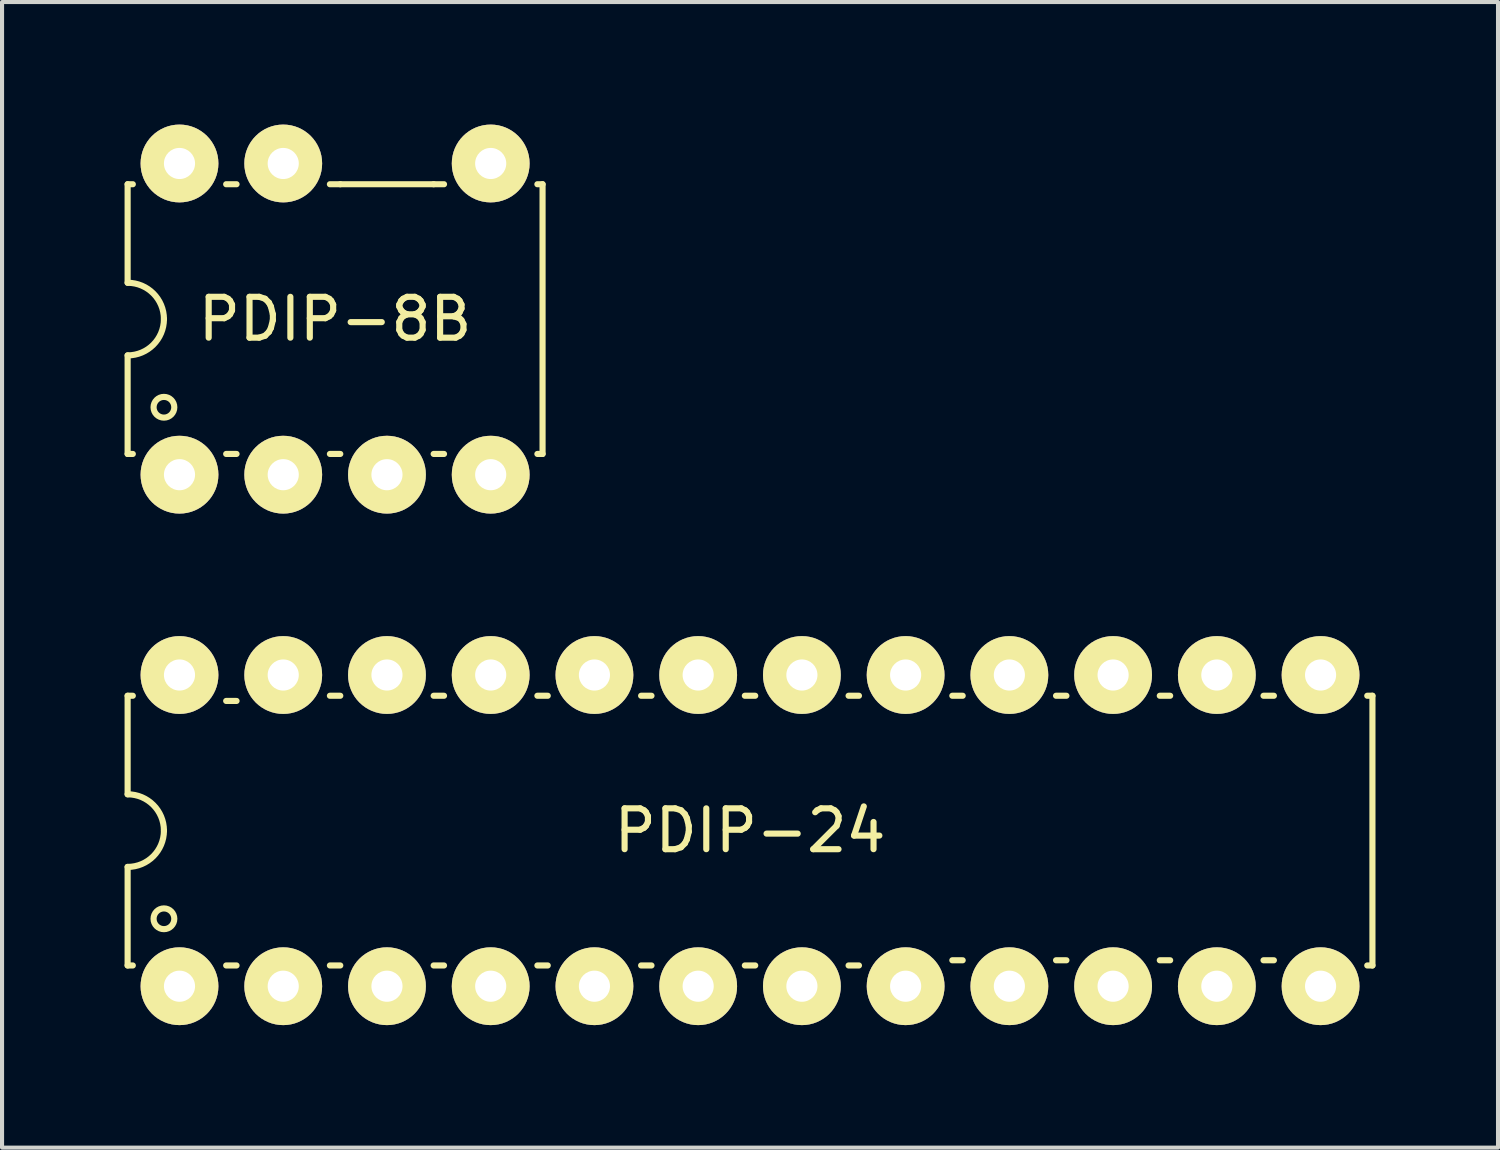
<source format=kicad_pcb>
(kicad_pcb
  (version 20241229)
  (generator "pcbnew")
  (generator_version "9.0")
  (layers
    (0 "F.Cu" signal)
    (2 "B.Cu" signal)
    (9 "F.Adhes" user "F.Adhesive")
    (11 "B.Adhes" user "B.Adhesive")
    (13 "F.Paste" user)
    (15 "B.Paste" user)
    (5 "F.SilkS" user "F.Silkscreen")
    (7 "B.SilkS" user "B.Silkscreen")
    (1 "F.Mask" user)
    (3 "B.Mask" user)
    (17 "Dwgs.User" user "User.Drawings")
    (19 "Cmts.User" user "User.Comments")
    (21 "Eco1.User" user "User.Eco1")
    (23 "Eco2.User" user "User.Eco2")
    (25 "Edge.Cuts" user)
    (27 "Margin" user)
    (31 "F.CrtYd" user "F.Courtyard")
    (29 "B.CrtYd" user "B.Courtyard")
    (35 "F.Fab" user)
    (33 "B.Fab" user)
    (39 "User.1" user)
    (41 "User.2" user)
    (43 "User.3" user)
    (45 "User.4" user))
  (footprint "PDIP-8B"
    (layer "F.Cu")
    (at 5.155 4.763)
    (property "Reference" "PDIP-8B" (at 0 0 0) (layer "F.SilkS") (effects (font (size 1 1) (thickness 0.15))))
    (attr through_hole)
    (fp_line (start -5.08 -3.302) (end -4.953 -3.302) (stroke (width 0.15) (type solid)) (layer "F.SilkS"))
    (fp_line (start -5.08 -0.889) (end -5.08 -3.302) (stroke (width 0.15) (type solid)) (layer "F.SilkS"))
    (fp_line (start -5.08 0.889) (end -5.08 3.302) (stroke (width 0.15) (type solid)) (layer "F.SilkS"))
    (fp_line (start -5.08 3.302) (end -4.953 3.302) (stroke (width 0.15) (type solid)) (layer "F.SilkS"))
    (fp_line (start -2.667 -3.302) (end -2.413 -3.302) (stroke (width 0.15) (type solid)) (layer "F.SilkS"))
    (fp_line (start -2.667 3.302) (end -2.413 3.302) (stroke (width 0.15) (type solid)) (layer "F.SilkS"))
    (fp_line (start -0.127 -3.302) (end 0.127 -3.302) (stroke (width 0.15) (type solid)) (layer "F.SilkS"))
    (fp_line (start -0.127 3.302) (end 0.127 3.302) (stroke (width 0.15) (type solid)) (layer "F.SilkS"))
    (fp_line (start 2.413 -3.302) (end 0.127 -3.302) (stroke (width 0.15) (type solid)) (layer "F.SilkS"))
    (fp_line (start 2.413 -3.302) (end 2.667 -3.302) (stroke (width 0.15) (type solid)) (layer "F.SilkS"))
    (fp_line (start 2.413 3.302) (end 2.667 3.302) (stroke (width 0.15) (type solid)) (layer "F.SilkS"))
    (fp_line (start 5.08 -3.302) (end 4.953 -3.302) (stroke (width 0.15) (type solid)) (layer "F.SilkS"))
    (fp_line (start 5.08 3.302) (end 4.953 3.302) (stroke (width 0.15) (type solid)) (layer "F.SilkS"))
    (fp_line (start 5.08 3.302) (end 5.08 -3.302) (stroke (width 0.15) (type solid)) (layer "F.SilkS"))
    (fp_arc (start -5.08 -0.889) (mid -4.451382 -0.628618) (end -4.191 0) (stroke (width 0.15) (type solid)) (layer "F.SilkS"))
    (fp_arc (start -4.191 0) (mid -4.451382 0.628618) (end -5.08 0.889) (stroke (width 0.15) (type solid)) (layer "F.SilkS"))
    (fp_circle (center -4.191 2.159) (end -3.937 2.159) (stroke (width 0.15) (type solid)) (fill no) (layer "F.SilkS"))
    (pad "1" thru_hole circle (at -3.81 3.81) (size 1.905 1.905) (drill 0.762) (layers "*.Cu" "*.Mask" "F.SilkS"))
    (pad "2" thru_hole circle (at -1.27 3.81) (size 1.905 1.905) (drill 0.762) (layers "*.Cu" "*.Mask" "F.SilkS"))
    (pad "3" thru_hole circle (at 1.27 3.81) (size 1.905 1.905) (drill 0.762) (layers "*.Cu" "*.Mask" "F.SilkS"))
    (pad "4" thru_hole circle (at 3.81 3.81) (size 1.905 1.905) (drill 0.762) (layers "*.Cu" "*.Mask" "F.SilkS"))
    (pad "5" thru_hole circle (at 3.81 -3.81) (size 1.905 1.905) (drill 0.762) (layers "*.Cu" "*.Mask" "F.SilkS"))
    (pad "7" thru_hole circle (at -1.27 -3.81) (size 1.905 1.905) (drill 0.762) (layers "*.Cu" "*.Mask" "F.SilkS"))
    (pad "8" thru_hole circle (at -3.81 -3.81) (size 1.905 1.905) (drill 0.762) (layers "*.Cu" "*.Mask" "F.SilkS")))
  (footprint "PDIP-24"
    (layer "F.Cu")
    (at 15.315 17.288)
    (property "Reference" "PDIP-24" (at 0 0 0) (layer "F.SilkS") (effects (font (size 1 1) (thickness 0.15))))
    (attr through_hole)
    (fp_line (start -15.24 -3.302) (end -15.113 -3.302) (stroke (width 0.15) (type solid)) (layer "F.SilkS"))
    (fp_line (start -15.24 -0.889) (end -15.24 -3.302) (stroke (width 0.15) (type solid)) (layer "F.SilkS"))
    (fp_line (start -15.24 0.889) (end -15.24 3.302) (stroke (width 0.15) (type solid)) (layer "F.SilkS"))
    (fp_line (start -15.24 3.302) (end -15.113 3.302) (stroke (width 0.15) (type solid)) (layer "F.SilkS"))
    (fp_line (start -12.827 3.302) (end -12.573 3.302) (stroke (width 0.15) (type solid)) (layer "F.SilkS"))
    (fp_line (start -12.573 -3.175) (end -12.827 -3.175) (stroke (width 0.15) (type solid)) (layer "F.SilkS"))
    (fp_line (start -10.287 3.302) (end -10.033 3.302) (stroke (width 0.15) (type solid)) (layer "F.SilkS"))
    (fp_line (start -10.033 -3.302) (end -10.287 -3.302) (stroke (width 0.15) (type solid)) (layer "F.SilkS"))
    (fp_line (start -7.747 3.302) (end -7.493 3.302) (stroke (width 0.15) (type solid)) (layer "F.SilkS"))
    (fp_line (start -7.493 -3.302) (end -7.747 -3.302) (stroke (width 0.15) (type solid)) (layer "F.SilkS"))
    (fp_line (start -5.207 3.302) (end -4.953 3.302) (stroke (width 0.15) (type solid)) (layer "F.SilkS"))
    (fp_line (start -4.953 -3.302) (end -5.207 -3.302) (stroke (width 0.15) (type solid)) (layer "F.SilkS"))
    (fp_line (start -2.667 -3.302) (end -2.413 -3.302) (stroke (width 0.15) (type solid)) (layer "F.SilkS"))
    (fp_line (start -2.667 3.302) (end -2.413 3.302) (stroke (width 0.15) (type solid)) (layer "F.SilkS"))
    (fp_line (start -0.127 -3.302) (end 0.127 -3.302) (stroke (width 0.15) (type solid)) (layer "F.SilkS"))
    (fp_line (start -0.127 3.302) (end 0.127 3.302) (stroke (width 0.15) (type solid)) (layer "F.SilkS"))
    (fp_line (start 2.413 -3.302) (end 2.667 -3.302) (stroke (width 0.15) (type solid)) (layer "F.SilkS"))
    (fp_line (start 2.413 3.302) (end 2.667 3.302) (stroke (width 0.15) (type solid)) (layer "F.SilkS"))
    (fp_line (start 4.953 3.175) (end 5.207 3.175) (stroke (width 0.15) (type solid)) (layer "F.SilkS"))
    (fp_line (start 5.207 -3.302) (end 4.953 -3.302) (stroke (width 0.15) (type solid)) (layer "F.SilkS"))
    (fp_line (start 7.493 3.175) (end 7.747 3.175) (stroke (width 0.15) (type solid)) (layer "F.SilkS"))
    (fp_line (start 7.747 -3.302) (end 7.493 -3.302) (stroke (width 0.15) (type solid)) (layer "F.SilkS"))
    (fp_line (start 10.033 3.175) (end 10.287 3.175) (stroke (width 0.15) (type solid)) (layer "F.SilkS"))
    (fp_line (start 10.287 -3.302) (end 10.033 -3.302) (stroke (width 0.15) (type solid)) (layer "F.SilkS"))
    (fp_line (start 12.573 3.175) (end 12.827 3.175) (stroke (width 0.15) (type solid)) (layer "F.SilkS"))
    (fp_line (start 12.827 -3.302) (end 12.573 -3.302) (stroke (width 0.15) (type solid)) (layer "F.SilkS"))
    (fp_line (start 15.24 -3.302) (end 15.113 -3.302) (stroke (width 0.15) (type solid)) (layer "F.SilkS"))
    (fp_line (start 15.24 3.302) (end 15.113 3.302) (stroke (width 0.15) (type solid)) (layer "F.SilkS"))
    (fp_line (start 15.24 3.302) (end 15.24 -3.302) (stroke (width 0.15) (type solid)) (layer "F.SilkS"))
    (fp_arc (start -15.24 -0.889) (mid -14.611382 -0.628618) (end -14.351 0) (stroke (width 0.15) (type solid)) (layer "F.SilkS"))
    (fp_arc (start -14.351 0) (mid -14.611382 0.628618) (end -15.24 0.889) (stroke (width 0.15) (type solid)) (layer "F.SilkS"))
    (fp_circle (center -14.351 2.159) (end -14.097 2.159) (stroke (width 0.15) (type solid)) (fill no) (layer "F.SilkS"))
    (pad "1" thru_hole circle (at -13.97 3.81) (size 1.905 1.905) (drill 0.762) (layers "*.Cu" "*.Mask" "F.SilkS"))
    (pad "2" thru_hole circle (at -11.43 3.81) (size 1.905 1.905) (drill 0.762) (layers "*.Cu" "*.Mask" "F.SilkS"))
    (pad "3" thru_hole circle (at -8.89 3.81) (size 1.905 1.905) (drill 0.762) (layers "*.Cu" "*.Mask" "F.SilkS"))
    (pad "4" thru_hole circle (at -6.35 3.81) (size 1.905 1.905) (drill 0.762) (layers "*.Cu" "*.Mask" "F.SilkS"))
    (pad "5" thru_hole circle (at -3.81 3.81) (size 1.905 1.905) (drill 0.762) (layers "*.Cu" "*.Mask" "F.SilkS"))
    (pad "6" thru_hole circle (at -1.27 3.81) (size 1.905 1.905) (drill 0.762) (layers "*.Cu" "*.Mask" "F.SilkS"))
    (pad "7" thru_hole circle (at 1.27 3.81) (size 1.905 1.905) (drill 0.762) (layers "*.Cu" "*.Mask" "F.SilkS"))
    (pad "8" thru_hole circle (at 3.81 3.81) (size 1.905 1.905) (drill 0.762) (layers "*.Cu" "*.Mask" "F.SilkS"))
    (pad "9" thru_hole circle (at 6.35 3.81) (size 1.905 1.905) (drill 0.762) (layers "*.Cu" "*.Mask" "F.SilkS"))
    (pad "10" thru_hole circle (at 8.89 3.81) (size 1.905 1.905) (drill 0.762) (layers "*.Cu" "*.Mask" "F.SilkS"))
    (pad "11" thru_hole circle (at 11.43 3.81) (size 1.905 1.905) (drill 0.762) (layers "*.Cu" "*.Mask" "F.SilkS"))
    (pad "12" thru_hole circle (at 13.97 3.81) (size 1.905 1.905) (drill 0.762) (layers "*.Cu" "*.Mask" "F.SilkS"))
    (pad "13" thru_hole circle (at 13.97 -3.81) (size 1.905 1.905) (drill 0.762) (layers "*.Cu" "*.Mask" "F.SilkS"))
    (pad "14" thru_hole circle (at 11.43 -3.81) (size 1.905 1.905) (drill 0.762) (layers "*.Cu" "*.Mask" "F.SilkS"))
    (pad "15" thru_hole circle (at 8.89 -3.81) (size 1.905 1.905) (drill 0.762) (layers "*.Cu" "*.Mask" "F.SilkS"))
    (pad "16" thru_hole circle (at 6.35 -3.81) (size 1.905 1.905) (drill 0.762) (layers "*.Cu" "*.Mask" "F.SilkS"))
    (pad "17" thru_hole circle (at 3.81 -3.81) (size 1.905 1.905) (drill 0.762) (layers "*.Cu" "*.Mask" "F.SilkS"))
    (pad "18" thru_hole circle (at 1.27 -3.81) (size 1.905 1.905) (drill 0.762) (layers "*.Cu" "*.Mask" "F.SilkS"))
    (pad "19" thru_hole circle (at -1.27 -3.81) (size 1.905 1.905) (drill 0.762) (layers "*.Cu" "*.Mask" "F.SilkS"))
    (pad "20" thru_hole circle (at -3.81 -3.81) (size 1.905 1.905) (drill 0.762) (layers "*.Cu" "*.Mask" "F.SilkS"))
    (pad "21" thru_hole circle (at -6.35 -3.81) (size 1.905 1.905) (drill 0.762) (layers "*.Cu" "*.Mask" "F.SilkS"))
    (pad "22" thru_hole circle (at -8.89 -3.81) (size 1.905 1.905) (drill 0.762) (layers "*.Cu" "*.Mask" "F.SilkS"))
    (pad "23" thru_hole circle (at -11.43 -3.81) (size 1.905 1.905) (drill 0.762) (layers "*.Cu" "*.Mask" "F.SilkS"))
    (pad "24" thru_hole circle (at -13.97 -3.81) (size 1.905 1.905) (drill 0.762) (layers "*.Cu" "*.Mask" "F.SilkS")))
  (gr_rect
    (start -3 -3)
    (end 33.63 25.05)
    (stroke (width 0.1) (type default))
    (fill no)
    (layer "Edge.Cuts")))
</source>
